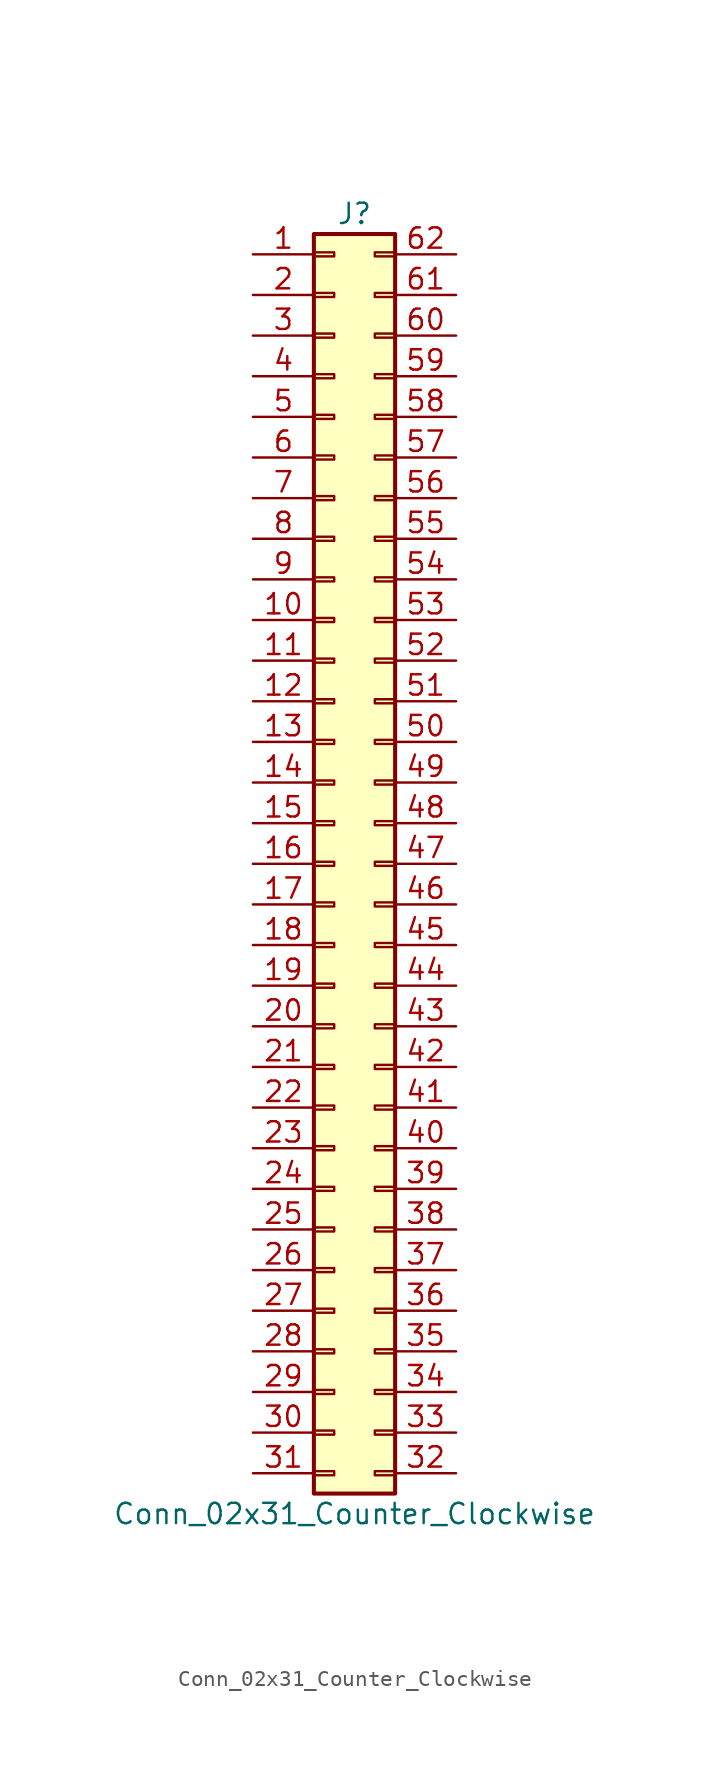
<source format=kicad_sym>
(kicad_symbol_lib
  (version 20211014)
  (generator kicad_symbol_editor)
  (symbol "Conn_02x31_Counter_Clockwise"
    (pin_names
      (offset 1.016) hide)
    (property "Reference" "J"
      (at 1.27 40.64 0)
      (effects (font (size 1.27 1.27))))
    (property "Value" "Conn_02x31_Counter_Clockwise"
      (at 1.27 -40.64 0)
      (effects (font (size 1.27 1.27))))
    (symbol "Conn_02x31_Counter_Clockwise_1_1"
      (rectangle (start -1.27 -37.973) (end 0 -38.227) (stroke (width 0.152) (type default) (color 0 0 0 0)) (fill (type none)))
      (rectangle (start -1.27 -35.433) (end 0 -35.687) (stroke (width 0.152) (type default) (color 0 0 0 0)) (fill (type none)))
      (rectangle (start -1.27 -32.893) (end 0 -33.147) (stroke (width 0.152) (type default) (color 0 0 0 0)) (fill (type none)))
      (rectangle (start -1.27 -30.353) (end 0 -30.607) (stroke (width 0.152) (type default) (color 0 0 0 0)) (fill (type none)))
      (rectangle (start -1.27 -27.813) (end 0 -28.067) (stroke (width 0.152) (type default) (color 0 0 0 0)) (fill (type none)))
      (rectangle (start -1.27 -25.273) (end 0 -25.527) (stroke (width 0.152) (type default) (color 0 0 0 0)) (fill (type none)))
      (rectangle (start -1.27 -22.733) (end 0 -22.987) (stroke (width 0.152) (type default) (color 0 0 0 0)) (fill (type none)))
      (rectangle (start -1.27 -20.193) (end 0 -20.447) (stroke (width 0.152) (type default) (color 0 0 0 0)) (fill (type none)))
      (rectangle (start -1.27 -17.653) (end 0 -17.907) (stroke (width 0.152) (type default) (color 0 0 0 0)) (fill (type none)))
      (rectangle (start -1.27 -15.113) (end 0 -15.367) (stroke (width 0.152) (type default) (color 0 0 0 0)) (fill (type none)))
      (rectangle (start -1.27 -12.573) (end 0 -12.827) (stroke (width 0.152) (type default) (color 0 0 0 0)) (fill (type none)))
      (rectangle (start -1.27 -10.033) (end 0 -10.287) (stroke (width 0.152) (type default) (color 0 0 0 0)) (fill (type none)))
      (rectangle (start -1.27 -7.493) (end 0 -7.747) (stroke (width 0.152) (type default) (color 0 0 0 0)) (fill (type none)))
      (rectangle (start -1.27 -4.953) (end 0 -5.207) (stroke (width 0.152) (type default) (color 0 0 0 0)) (fill (type none)))
      (rectangle (start -1.27 -2.413) (end 0 -2.667) (stroke (width 0.152) (type default) (color 0 0 0 0)) (fill (type none)))
      (rectangle (start -1.27 0.127) (end 0 -0.127) (stroke (width 0.152) (type default) (color 0 0 0 0)) (fill (type none)))
      (rectangle (start -1.27 2.667) (end 0 2.413) (stroke (width 0.152) (type default) (color 0 0 0 0)) (fill (type none)))
      (rectangle (start -1.27 5.207) (end 0 4.953) (stroke (width 0.152) (type default) (color 0 0 0 0)) (fill (type none)))
      (rectangle (start -1.27 7.747) (end 0 7.493) (stroke (width 0.152) (type default) (color 0 0 0 0)) (fill (type none)))
      (rectangle (start -1.27 10.287) (end 0 10.033) (stroke (width 0.152) (type default) (color 0 0 0 0)) (fill (type none)))
      (rectangle (start -1.27 12.827) (end 0 12.573) (stroke (width 0.152) (type default) (color 0 0 0 0)) (fill (type none)))
      (rectangle (start -1.27 15.367) (end 0 15.113) (stroke (width 0.152) (type default) (color 0 0 0 0)) (fill (type none)))
      (rectangle (start -1.27 17.907) (end 0 17.653) (stroke (width 0.152) (type default) (color 0 0 0 0)) (fill (type none)))
      (rectangle (start -1.27 20.447) (end 0 20.193) (stroke (width 0.152) (type default) (color 0 0 0 0)) (fill (type none)))
      (rectangle (start -1.27 22.987) (end 0 22.733) (stroke (width 0.152) (type default) (color 0 0 0 0)) (fill (type none)))
      (rectangle (start -1.27 25.527) (end 0 25.273) (stroke (width 0.152) (type default) (color 0 0 0 0)) (fill (type none)))
      (rectangle (start -1.27 28.067) (end 0 27.813) (stroke (width 0.152) (type default) (color 0 0 0 0)) (fill (type none)))
      (rectangle (start -1.27 30.607) (end 0 30.353) (stroke (width 0.152) (type default) (color 0 0 0 0)) (fill (type none)))
      (rectangle (start -1.27 33.147) (end 0 32.893) (stroke (width 0.152) (type default) (color 0 0 0 0)) (fill (type none)))
      (rectangle (start -1.27 35.687) (end 0 35.433) (stroke (width 0.152) (type default) (color 0 0 0 0)) (fill (type none)))
      (rectangle (start -1.27 38.227) (end 0 37.973) (stroke (width 0.152) (type default) (color 0 0 0 0)) (fill (type none)))
      (rectangle (start -1.27 39.37) (end 3.81 -39.37) (stroke (width 0.254) (type default) (color 0 0 0 0)) (fill (type background)))
      (rectangle (start 3.81 -37.973) (end 2.54 -38.227) (stroke (width 0.152) (type default) (color 0 0 0 0)) (fill (type none)))
      (rectangle (start 3.81 -35.433) (end 2.54 -35.687) (stroke (width 0.152) (type default) (color 0 0 0 0)) (fill (type none)))
      (rectangle (start 3.81 -32.893) (end 2.54 -33.147) (stroke (width 0.152) (type default) (color 0 0 0 0)) (fill (type none)))
      (rectangle (start 3.81 -30.353) (end 2.54 -30.607) (stroke (width 0.152) (type default) (color 0 0 0 0)) (fill (type none)))
      (rectangle (start 3.81 -27.813) (end 2.54 -28.067) (stroke (width 0.152) (type default) (color 0 0 0 0)) (fill (type none)))
      (rectangle (start 3.81 -25.273) (end 2.54 -25.527) (stroke (width 0.152) (type default) (color 0 0 0 0)) (fill (type none)))
      (rectangle (start 3.81 -22.733) (end 2.54 -22.987) (stroke (width 0.152) (type default) (color 0 0 0 0)) (fill (type none)))
      (rectangle (start 3.81 -20.193) (end 2.54 -20.447) (stroke (width 0.152) (type default) (color 0 0 0 0)) (fill (type none)))
      (rectangle (start 3.81 -17.653) (end 2.54 -17.907) (stroke (width 0.152) (type default) (color 0 0 0 0)) (fill (type none)))
      (rectangle (start 3.81 -15.113) (end 2.54 -15.367) (stroke (width 0.152) (type default) (color 0 0 0 0)) (fill (type none)))
      (rectangle (start 3.81 -12.573) (end 2.54 -12.827) (stroke (width 0.152) (type default) (color 0 0 0 0)) (fill (type none)))
      (rectangle (start 3.81 -10.033) (end 2.54 -10.287) (stroke (width 0.152) (type default) (color 0 0 0 0)) (fill (type none)))
      (rectangle (start 3.81 -7.493) (end 2.54 -7.747) (stroke (width 0.152) (type default) (color 0 0 0 0)) (fill (type none)))
      (rectangle (start 3.81 -4.953) (end 2.54 -5.207) (stroke (width 0.152) (type default) (color 0 0 0 0)) (fill (type none)))
      (rectangle (start 3.81 -2.413) (end 2.54 -2.667) (stroke (width 0.152) (type default) (color 0 0 0 0)) (fill (type none)))
      (rectangle (start 3.81 0.127) (end 2.54 -0.127) (stroke (width 0.152) (type default) (color 0 0 0 0)) (fill (type none)))
      (rectangle (start 3.81 2.667) (end 2.54 2.413) (stroke (width 0.152) (type default) (color 0 0 0 0)) (fill (type none)))
      (rectangle (start 3.81 5.207) (end 2.54 4.953) (stroke (width 0.152) (type default) (color 0 0 0 0)) (fill (type none)))
      (rectangle (start 3.81 7.747) (end 2.54 7.493) (stroke (width 0.152) (type default) (color 0 0 0 0)) (fill (type none)))
      (rectangle (start 3.81 10.287) (end 2.54 10.033) (stroke (width 0.152) (type default) (color 0 0 0 0)) (fill (type none)))
      (rectangle (start 3.81 12.827) (end 2.54 12.573) (stroke (width 0.152) (type default) (color 0 0 0 0)) (fill (type none)))
      (rectangle (start 3.81 15.367) (end 2.54 15.113) (stroke (width 0.152) (type default) (color 0 0 0 0)) (fill (type none)))
      (rectangle (start 3.81 17.907) (end 2.54 17.653) (stroke (width 0.152) (type default) (color 0 0 0 0)) (fill (type none)))
      (rectangle (start 3.81 20.447) (end 2.54 20.193) (stroke (width 0.152) (type default) (color 0 0 0 0)) (fill (type none)))
      (rectangle (start 3.81 22.987) (end 2.54 22.733) (stroke (width 0.152) (type default) (color 0 0 0 0)) (fill (type none)))
      (rectangle (start 3.81 25.527) (end 2.54 25.273) (stroke (width 0.152) (type default) (color 0 0 0 0)) (fill (type none)))
      (rectangle (start 3.81 28.067) (end 2.54 27.813) (stroke (width 0.152) (type default) (color 0 0 0 0)) (fill (type none)))
      (rectangle (start 3.81 30.607) (end 2.54 30.353) (stroke (width 0.152) (type default) (color 0 0 0 0)) (fill (type none)))
      (rectangle (start 3.81 33.147) (end 2.54 32.893) (stroke (width 0.152) (type default) (color 0 0 0 0)) (fill (type none)))
      (rectangle (start 3.81 35.687) (end 2.54 35.433) (stroke (width 0.152) (type default) (color 0 0 0 0)) (fill (type none)))
      (rectangle (start 3.81 38.227) (end 2.54 37.973) (stroke (width 0.152) (type default) (color 0 0 0 0)) (fill (type none)))
      (pin passive line (at -5.08 38.1 0) (length 3.81) (name "Pin_1" (effects (font (size 1.27 1.27)))) (number "1" (effects (font (size 1.27 1.27)))))
      (pin passive line (at -5.08 15.24 0) (length 3.81) (name "Pin_10" (effects (font (size 1.27 1.27)))) (number "10" (effects (font (size 1.27 1.27)))))
      (pin passive line (at -5.08 12.7 0) (length 3.81) (name "Pin_11" (effects (font (size 1.27 1.27)))) (number "11" (effects (font (size 1.27 1.27)))))
      (pin passive line (at -5.08 10.16 0) (length 3.81) (name "Pin_12" (effects (font (size 1.27 1.27)))) (number "12" (effects (font (size 1.27 1.27)))))
      (pin passive line (at -5.08 7.62 0) (length 3.81) (name "Pin_13" (effects (font (size 1.27 1.27)))) (number "13" (effects (font (size 1.27 1.27)))))
      (pin passive line (at -5.08 5.08 0) (length 3.81) (name "Pin_14" (effects (font (size 1.27 1.27)))) (number "14" (effects (font (size 1.27 1.27)))))
      (pin passive line (at -5.08 2.54 0) (length 3.81) (name "Pin_15" (effects (font (size 1.27 1.27)))) (number "15" (effects (font (size 1.27 1.27)))))
      (pin passive line (at -5.08 0 0) (length 3.81) (name "Pin_16" (effects (font (size 1.27 1.27)))) (number "16" (effects (font (size 1.27 1.27)))))
      (pin passive line (at -5.08 -2.54 0) (length 3.81) (name "Pin_17" (effects (font (size 1.27 1.27)))) (number "17" (effects (font (size 1.27 1.27)))))
      (pin passive line (at -5.08 -5.08 0) (length 3.81) (name "Pin_18" (effects (font (size 1.27 1.27)))) (number "18" (effects (font (size 1.27 1.27)))))
      (pin passive line (at -5.08 -7.62 0) (length 3.81) (name "Pin_19" (effects (font (size 1.27 1.27)))) (number "19" (effects (font (size 1.27 1.27)))))
      (pin passive line (at -5.08 35.56 0) (length 3.81) (name "Pin_2" (effects (font (size 1.27 1.27)))) (number "2" (effects (font (size 1.27 1.27)))))
      (pin passive line (at -5.08 -10.16 0) (length 3.81) (name "Pin_20" (effects (font (size 1.27 1.27)))) (number "20" (effects (font (size 1.27 1.27)))))
      (pin passive line (at -5.08 -12.7 0) (length 3.81) (name "Pin_21" (effects (font (size 1.27 1.27)))) (number "21" (effects (font (size 1.27 1.27)))))
      (pin passive line (at -5.08 -15.24 0) (length 3.81) (name "Pin_22" (effects (font (size 1.27 1.27)))) (number "22" (effects (font (size 1.27 1.27)))))
      (pin passive line (at -5.08 -17.78 0) (length 3.81) (name "Pin_23" (effects (font (size 1.27 1.27)))) (number "23" (effects (font (size 1.27 1.27)))))
      (pin passive line (at -5.08 -20.32 0) (length 3.81) (name "Pin_24" (effects (font (size 1.27 1.27)))) (number "24" (effects (font (size 1.27 1.27)))))
      (pin passive line (at -5.08 -22.86 0) (length 3.81) (name "Pin_25" (effects (font (size 1.27 1.27)))) (number "25" (effects (font (size 1.27 1.27)))))
      (pin passive line (at -5.08 -25.4 0) (length 3.81) (name "Pin_26" (effects (font (size 1.27 1.27)))) (number "26" (effects (font (size 1.27 1.27)))))
      (pin passive line (at -5.08 -27.94 0) (length 3.81) (name "Pin_27" (effects (font (size 1.27 1.27)))) (number "27" (effects (font (size 1.27 1.27)))))
      (pin passive line (at -5.08 -30.48 0) (length 3.81) (name "Pin_28" (effects (font (size 1.27 1.27)))) (number "28" (effects (font (size 1.27 1.27)))))
      (pin passive line (at -5.08 -33.02 0) (length 3.81) (name "Pin_29" (effects (font (size 1.27 1.27)))) (number "29" (effects (font (size 1.27 1.27)))))
      (pin passive line (at -5.08 33.02 0) (length 3.81) (name "Pin_3" (effects (font (size 1.27 1.27)))) (number "3" (effects (font (size 1.27 1.27)))))
      (pin passive line (at -5.08 -35.56 0) (length 3.81) (name "Pin_30" (effects (font (size 1.27 1.27)))) (number "30" (effects (font (size 1.27 1.27)))))
      (pin passive line (at -5.08 -38.1 0) (length 3.81) (name "Pin_31" (effects (font (size 1.27 1.27)))) (number "31" (effects (font (size 1.27 1.27)))))
      (pin passive line (at 7.62 -38.1 180) (length 3.81) (name "Pin_32" (effects (font (size 1.27 1.27)))) (number "32" (effects (font (size 1.27 1.27)))))
      (pin passive line (at 7.62 -35.56 180) (length 3.81) (name "Pin_33" (effects (font (size 1.27 1.27)))) (number "33" (effects (font (size 1.27 1.27)))))
      (pin passive line (at 7.62 -33.02 180) (length 3.81) (name "Pin_34" (effects (font (size 1.27 1.27)))) (number "34" (effects (font (size 1.27 1.27)))))
      (pin passive line (at 7.62 -30.48 180) (length 3.81) (name "Pin_35" (effects (font (size 1.27 1.27)))) (number "35" (effects (font (size 1.27 1.27)))))
      (pin passive line (at 7.62 -27.94 180) (length 3.81) (name "Pin_36" (effects (font (size 1.27 1.27)))) (number "36" (effects (font (size 1.27 1.27)))))
      (pin passive line (at 7.62 -25.4 180) (length 3.81) (name "Pin_37" (effects (font (size 1.27 1.27)))) (number "37" (effects (font (size 1.27 1.27)))))
      (pin passive line (at 7.62 -22.86 180) (length 3.81) (name "Pin_38" (effects (font (size 1.27 1.27)))) (number "38" (effects (font (size 1.27 1.27)))))
      (pin passive line (at 7.62 -20.32 180) (length 3.81) (name "Pin_39" (effects (font (size 1.27 1.27)))) (number "39" (effects (font (size 1.27 1.27)))))
      (pin passive line (at -5.08 30.48 0) (length 3.81) (name "Pin_4" (effects (font (size 1.27 1.27)))) (number "4" (effects (font (size 1.27 1.27)))))
      (pin passive line (at 7.62 -17.78 180) (length 3.81) (name "Pin_40" (effects (font (size 1.27 1.27)))) (number "40" (effects (font (size 1.27 1.27)))))
      (pin passive line (at 7.62 -15.24 180) (length 3.81) (name "Pin_41" (effects (font (size 1.27 1.27)))) (number "41" (effects (font (size 1.27 1.27)))))
      (pin passive line (at 7.62 -12.7 180) (length 3.81) (name "Pin_42" (effects (font (size 1.27 1.27)))) (number "42" (effects (font (size 1.27 1.27)))))
      (pin passive line (at 7.62 -10.16 180) (length 3.81) (name "Pin_43" (effects (font (size 1.27 1.27)))) (number "43" (effects (font (size 1.27 1.27)))))
      (pin passive line (at 7.62 -7.62 180) (length 3.81) (name "Pin_44" (effects (font (size 1.27 1.27)))) (number "44" (effects (font (size 1.27 1.27)))))
      (pin passive line (at 7.62 -5.08 180) (length 3.81) (name "Pin_45" (effects (font (size 1.27 1.27)))) (number "45" (effects (font (size 1.27 1.27)))))
      (pin passive line (at 7.62 -2.54 180) (length 3.81) (name "Pin_46" (effects (font (size 1.27 1.27)))) (number "46" (effects (font (size 1.27 1.27)))))
      (pin passive line (at 7.62 0 180) (length 3.81) (name "Pin_47" (effects (font (size 1.27 1.27)))) (number "47" (effects (font (size 1.27 1.27)))))
      (pin passive line (at 7.62 2.54 180) (length 3.81) (name "Pin_48" (effects (font (size 1.27 1.27)))) (number "48" (effects (font (size 1.27 1.27)))))
      (pin passive line (at 7.62 5.08 180) (length 3.81) (name "Pin_49" (effects (font (size 1.27 1.27)))) (number "49" (effects (font (size 1.27 1.27)))))
      (pin passive line (at -5.08 27.94 0) (length 3.81) (name "Pin_5" (effects (font (size 1.27 1.27)))) (number "5" (effects (font (size 1.27 1.27)))))
      (pin passive line (at 7.62 7.62 180) (length 3.81) (name "Pin_50" (effects (font (size 1.27 1.27)))) (number "50" (effects (font (size 1.27 1.27)))))
      (pin passive line (at 7.62 10.16 180) (length 3.81) (name "Pin_51" (effects (font (size 1.27 1.27)))) (number "51" (effects (font (size 1.27 1.27)))))
      (pin passive line (at 7.62 12.7 180) (length 3.81) (name "Pin_52" (effects (font (size 1.27 1.27)))) (number "52" (effects (font (size 1.27 1.27)))))
      (pin passive line (at 7.62 15.24 180) (length 3.81) (name "Pin_53" (effects (font (size 1.27 1.27)))) (number "53" (effects (font (size 1.27 1.27)))))
      (pin passive line (at 7.62 17.78 180) (length 3.81) (name "Pin_54" (effects (font (size 1.27 1.27)))) (number "54" (effects (font (size 1.27 1.27)))))
      (pin passive line (at 7.62 20.32 180) (length 3.81) (name "Pin_55" (effects (font (size 1.27 1.27)))) (number "55" (effects (font (size 1.27 1.27)))))
      (pin passive line (at 7.62 22.86 180) (length 3.81) (name "Pin_56" (effects (font (size 1.27 1.27)))) (number "56" (effects (font (size 1.27 1.27)))))
      (pin passive line (at 7.62 25.4 180) (length 3.81) (name "Pin_57" (effects (font (size 1.27 1.27)))) (number "57" (effects (font (size 1.27 1.27)))))
      (pin passive line (at 7.62 27.94 180) (length 3.81) (name "Pin_58" (effects (font (size 1.27 1.27)))) (number "58" (effects (font (size 1.27 1.27)))))
      (pin passive line (at 7.62 30.48 180) (length 3.81) (name "Pin_59" (effects (font (size 1.27 1.27)))) (number "59" (effects (font (size 1.27 1.27)))))
      (pin passive line (at -5.08 25.4 0) (length 3.81) (name "Pin_6" (effects (font (size 1.27 1.27)))) (number "6" (effects (font (size 1.27 1.27)))))
      (pin passive line (at 7.62 33.02 180) (length 3.81) (name "Pin_60" (effects (font (size 1.27 1.27)))) (number "60" (effects (font (size 1.27 1.27)))))
      (pin passive line (at 7.62 35.56 180) (length 3.81) (name "Pin_61" (effects (font (size 1.27 1.27)))) (number "61" (effects (font (size 1.27 1.27)))))
      (pin passive line (at 7.62 38.1 180) (length 3.81) (name "Pin_62" (effects (font (size 1.27 1.27)))) (number "62" (effects (font (size 1.27 1.27)))))
      (pin passive line (at -5.08 22.86 0) (length 3.81) (name "Pin_7" (effects (font (size 1.27 1.27)))) (number "7" (effects (font (size 1.27 1.27)))))
      (pin passive line (at -5.08 20.32 0) (length 3.81) (name "Pin_8" (effects (font (size 1.27 1.27)))) (number "8" (effects (font (size 1.27 1.27)))))
      (pin passive line (at -5.08 17.78 0) (length 3.81) (name "Pin_9" (effects (font (size 1.27 1.27)))) (number "9" (effects (font (size 1.27 1.27))))))))
</source>
